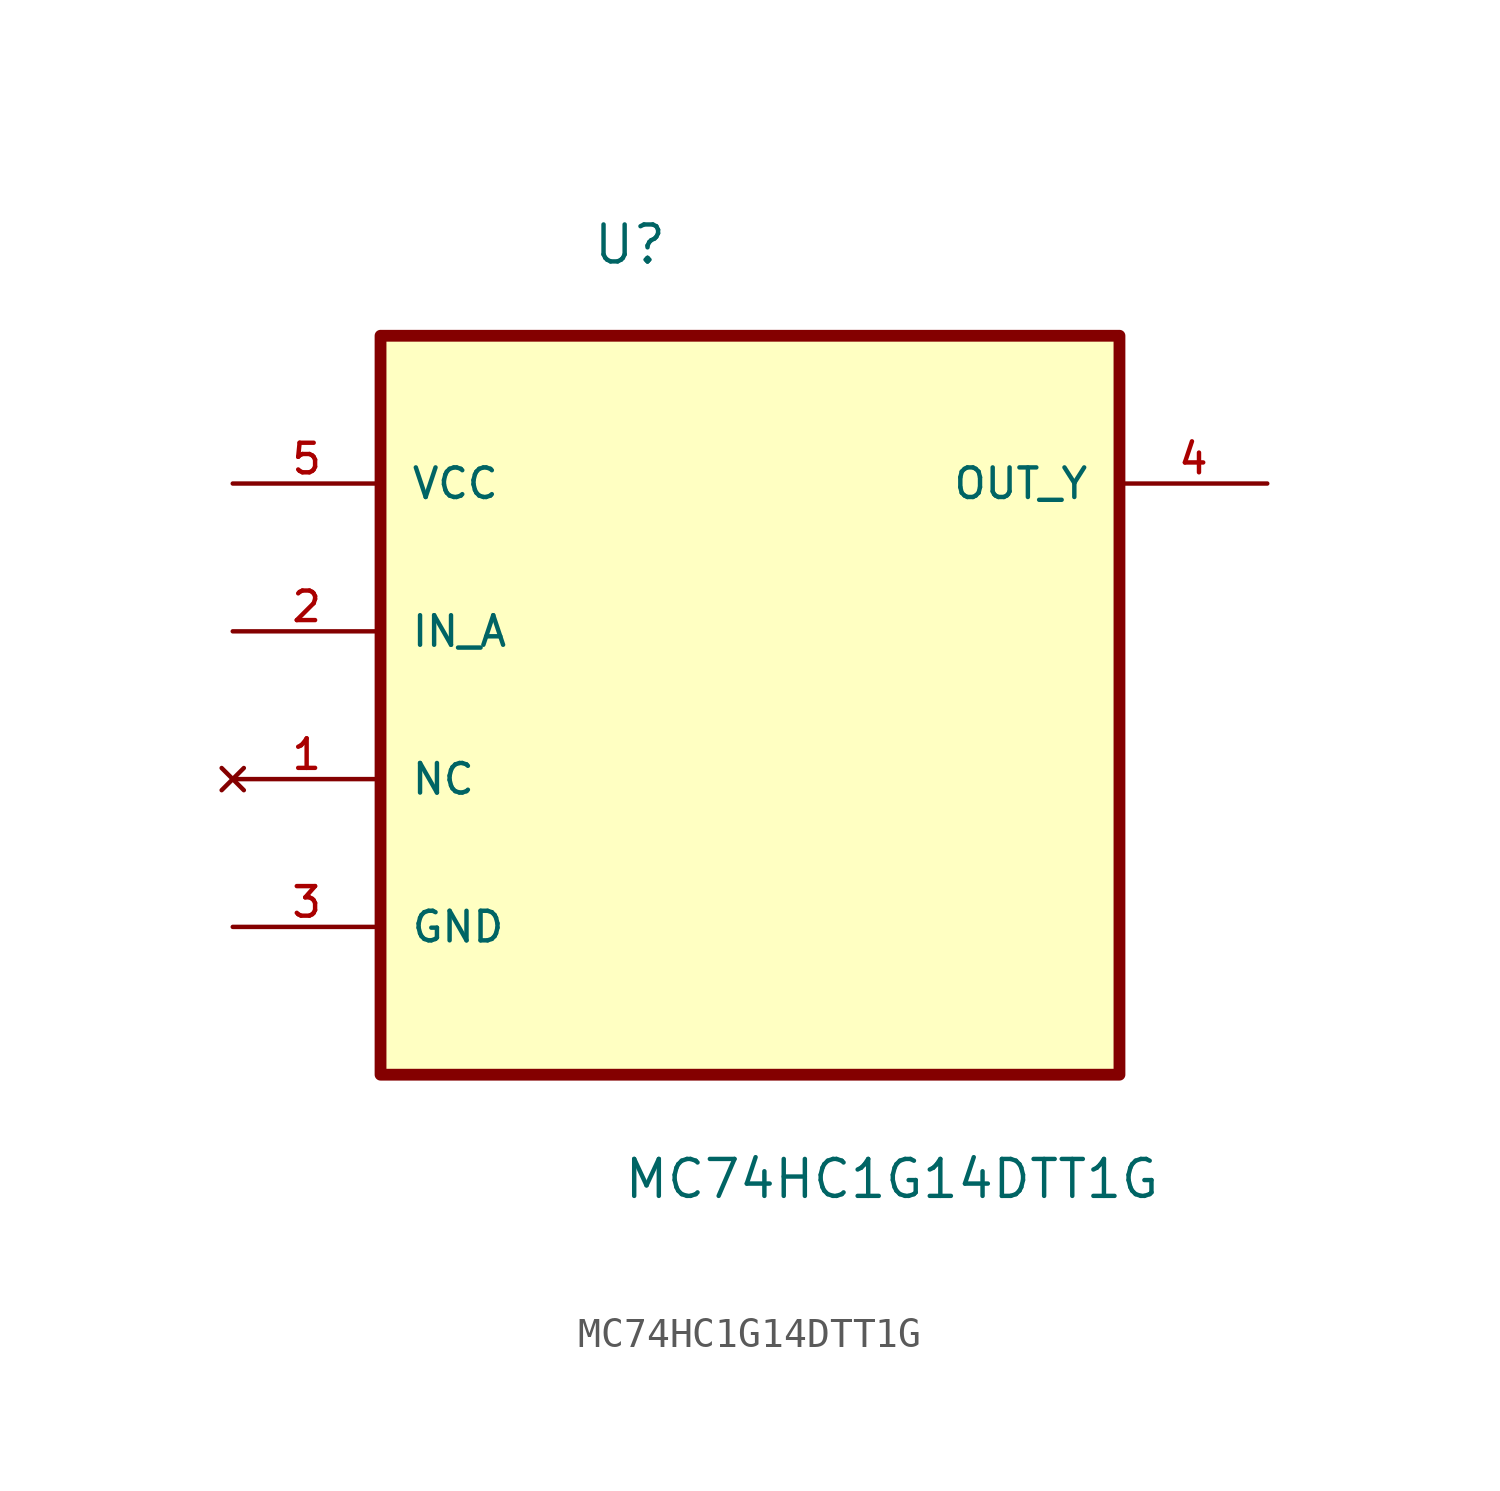
<source format=kicad_sym>
(kicad_symbol_lib
  (version 20211014)
  (generator kicad_symbol_editor)
  (symbol "MC74HC1G14DTT1G"
    (pin_names
      (offset 1.016))
    (property "Reference" "U"
      (at -5.437 12.552 0.0)
      (effects (font (size 1.27 1.27)) (justify bottom left)))
    (property "Value" "MC74HC1G14DTT1G"
      (at -4.383 -19.57 0.0)
      (effects (font (size 1.27 1.27)) (justify bottom left)))
    (symbol "MC74HC1G14DTT1G_0_0"
      (rectangle (start -12.7 -15.24) (end 12.7 10.16) (stroke (width 0.406)) (fill (type background)))
      (pin power_in line (at -17.78 5.08 0) (length 5.08) (name "VCC" (effects (font (size 1.016 1.016)))) (number "5" (effects (font (size 1.016 1.016)))))
      (pin input line (at -17.78 0.0 0) (length 5.08) (name "IN_A" (effects (font (size 1.016 1.016)))) (number "2" (effects (font (size 1.016 1.016)))))
      (pin no_connect line (at -17.78 -5.08 0) (length 5.08) (name "NC" (effects (font (size 1.016 1.016)))) (number "1" (effects (font (size 1.016 1.016)))))
      (pin passive line (at -17.78 -10.16 0) (length 5.08) (name "GND" (effects (font (size 1.016 1.016)))) (number "3" (effects (font (size 1.016 1.016)))))
      (pin output line (at 17.78 5.08 180.0) (length 5.08) (name "OUT_Y" (effects (font (size 1.016 1.016)))) (number "4" (effects (font (size 1.016 1.016))))))))
</source>
